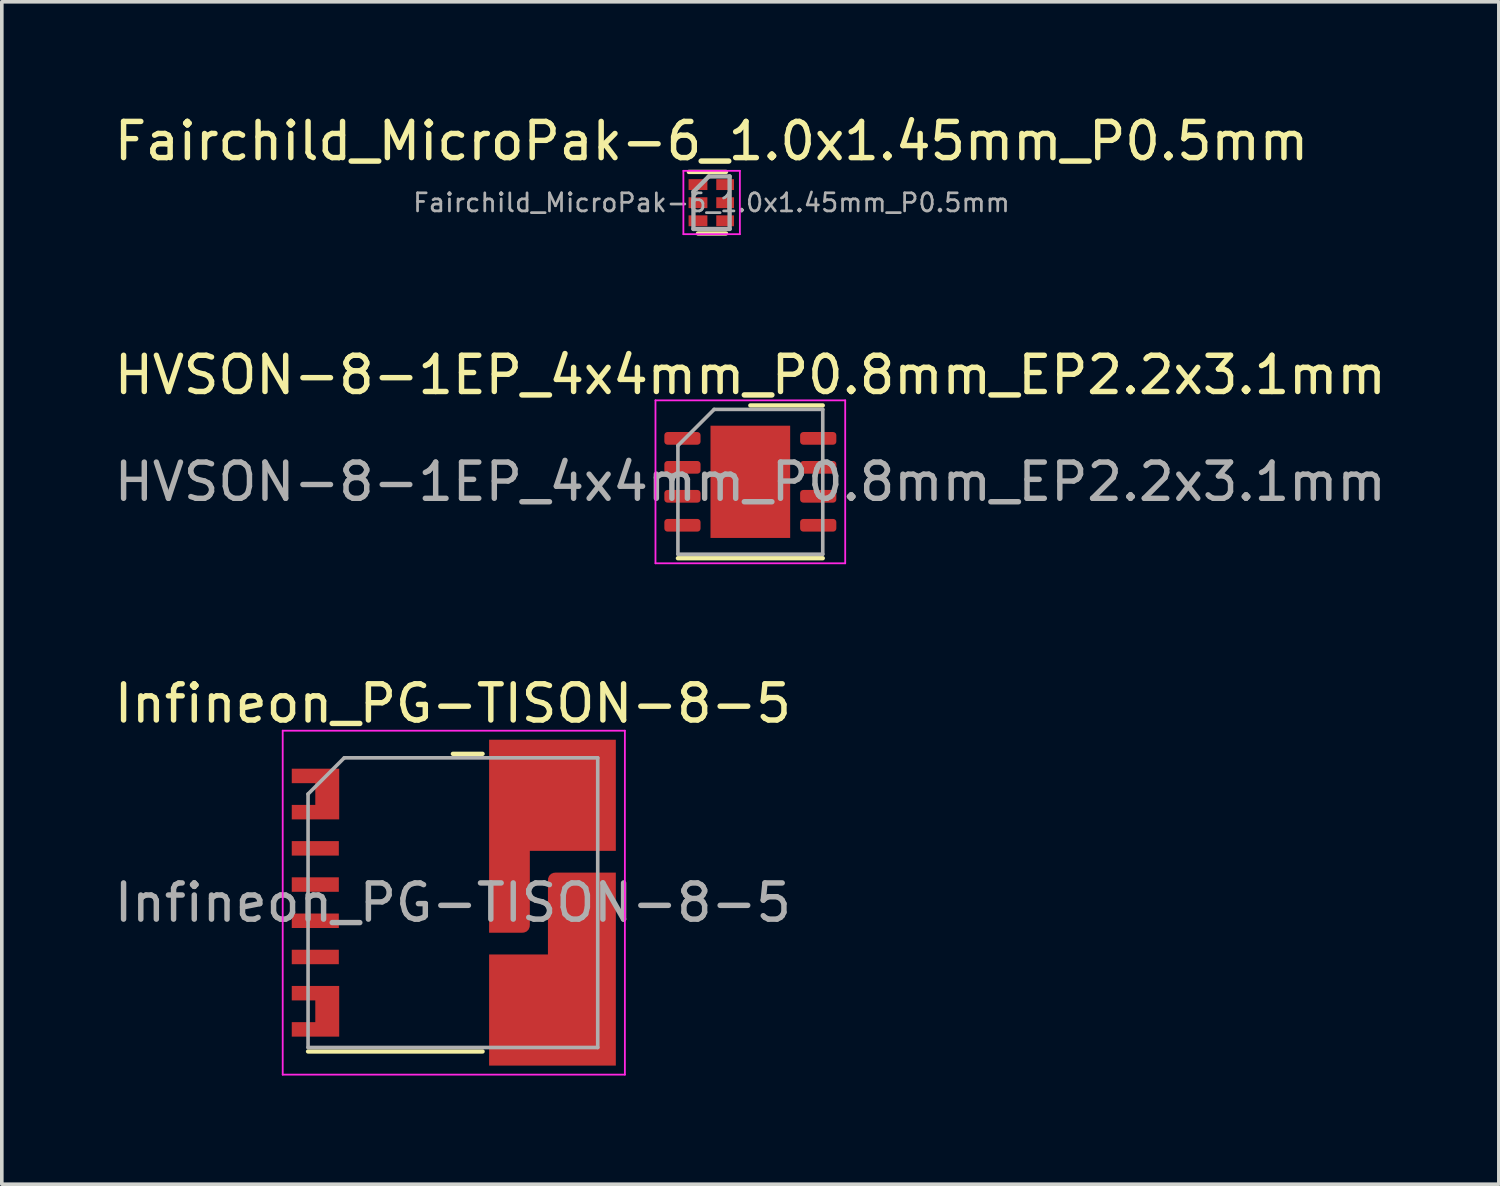
<source format=kicad_pcb>
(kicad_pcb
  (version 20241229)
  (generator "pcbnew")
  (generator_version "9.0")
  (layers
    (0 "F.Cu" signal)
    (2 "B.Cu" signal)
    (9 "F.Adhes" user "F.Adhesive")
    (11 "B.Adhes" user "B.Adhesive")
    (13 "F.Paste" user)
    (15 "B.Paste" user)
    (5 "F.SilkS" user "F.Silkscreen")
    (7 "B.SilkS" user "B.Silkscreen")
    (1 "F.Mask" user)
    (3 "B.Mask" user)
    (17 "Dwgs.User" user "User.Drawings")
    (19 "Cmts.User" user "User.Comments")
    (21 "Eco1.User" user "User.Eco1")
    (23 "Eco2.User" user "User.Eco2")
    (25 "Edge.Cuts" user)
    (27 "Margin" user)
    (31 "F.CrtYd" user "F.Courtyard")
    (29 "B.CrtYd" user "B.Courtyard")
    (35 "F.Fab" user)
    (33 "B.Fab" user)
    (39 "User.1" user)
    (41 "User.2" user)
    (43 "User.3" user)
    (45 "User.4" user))
  (footprint "HVSON-8-1EP_4x4mm_P0.8mm_EP2.2x3.1mm"
    (layer "F.Cu")
    (at 17.673 10.257)
    (property "Reference" "HVSON-8-1EP_4x4mm_P0.8mm_EP2.2x3.1mm" (at 0 -2.95 0) (layer "F.SilkS") (effects (font (size 1 1) (thickness 0.15))))
    (attr smd)
    (fp_line (start -2 2.11) (end 2 2.11) (stroke (width 0.12) (type solid)) (layer "F.SilkS"))
    (fp_line (start 0 -2.11) (end 2 -2.11) (stroke (width 0.12) (type solid)) (layer "F.SilkS"))
    (fp_line (start -2.62 -2.25) (end -2.62 2.25) (stroke (width 0.05) (type solid)) (layer "F.CrtYd"))
    (fp_line (start -2.62 2.25) (end 2.62 2.25) (stroke (width 0.05) (type solid)) (layer "F.CrtYd"))
    (fp_line (start 2.62 -2.25) (end -2.62 -2.25) (stroke (width 0.05) (type solid)) (layer "F.CrtYd"))
    (fp_line (start 2.62 2.25) (end 2.62 -2.25) (stroke (width 0.05) (type solid)) (layer "F.CrtYd"))
    (fp_line (start -2 -1) (end -1 -2) (stroke (width 0.1) (type solid)) (layer "F.Fab"))
    (fp_line (start -2 2) (end -2 -1) (stroke (width 0.1) (type solid)) (layer "F.Fab"))
    (fp_line (start -1 -2) (end 2 -2) (stroke (width 0.1) (type solid)) (layer "F.Fab"))
    (fp_line (start 2 -2) (end 2 2) (stroke (width 0.1) (type solid)) (layer "F.Fab"))
    (fp_line (start 2 2) (end -2 2) (stroke (width 0.1) (type solid)) (layer "F.Fab"))
    (fp_text user "${REFERENCE}" (at 0 0 0) (layer "F.Fab") (effects (font (size 1 1) (thickness 0.15))))
    (pad "" smd roundrect (at -0.55 -0.775) (size 0.89 1.25) (layers "F.Paste") (roundrect_rratio 0.25))
    (pad "" smd roundrect (at -0.55 0.775) (size 0.89 1.25) (layers "F.Paste") (roundrect_rratio 0.25))
    (pad "" smd roundrect (at 0.55 -0.775) (size 0.89 1.25) (layers "F.Paste") (roundrect_rratio 0.25))
    (pad "" smd roundrect (at 0.55 0.775) (size 0.89 1.25) (layers "F.Paste") (roundrect_rratio 0.25))
    (pad "1" smd roundrect (at -1.875 -1.2) (size 1 0.35) (layers "F.Cu" "F.Mask" "F.Paste") (roundrect_rratio 0.25))
    (pad "2" smd roundrect (at -1.875 -0.4) (size 1 0.35) (layers "F.Cu" "F.Mask" "F.Paste") (roundrect_rratio 0.25))
    (pad "3" smd roundrect (at -1.875 0.4) (size 1 0.35) (layers "F.Cu" "F.Mask" "F.Paste") (roundrect_rratio 0.25))
    (pad "4" smd roundrect (at -1.875 1.2) (size 1 0.35) (layers "F.Cu" "F.Mask" "F.Paste") (roundrect_rratio 0.25))
    (pad "5" smd roundrect (at 1.875 1.2) (size 1 0.35) (layers "F.Cu" "F.Mask" "F.Paste") (roundrect_rratio 0.25))
    (pad "6" smd roundrect (at 1.875 0.4) (size 1 0.35) (layers "F.Cu" "F.Mask" "F.Paste") (roundrect_rratio 0.25))
    (pad "7" smd roundrect (at 1.875 -0.4) (size 1 0.35) (layers "F.Cu" "F.Mask" "F.Paste") (roundrect_rratio 0.25))
    (pad "8" smd roundrect (at 1.875 -1.2) (size 1 0.35) (layers "F.Cu" "F.Mask" "F.Paste") (roundrect_rratio 0.25))
    (pad "9" smd rect (at 0 0) (size 2.2 3.1) (layers "F.Cu" "F.Mask")))
  (footprint "Infineon_PG-TISON-8-5"
    (layer "F.Cu")
    (at 9.458 21.88)
    (property "Reference" "Infineon_PG-TISON-8-5" (at 0 -5.5 0) (layer "F.SilkS") (effects (font (size 1 1) (thickness 0.15))))
    (attr smd)
    (fp_line (start 0.82 -4.11) (end 0 -4.11) (stroke (width 0.12) (type solid)) (layer "F.SilkS"))
    (fp_line (start 0.82 4.11) (end -4 4.11) (stroke (width 0.12) (type solid)) (layer "F.SilkS"))
    (fp_line (start -4.7 -4.75) (end 4.75 -4.75) (stroke (width 0.05) (type solid)) (layer "F.CrtYd"))
    (fp_line (start -4.7 4.75) (end -4.7 -4.75) (stroke (width 0.05) (type solid)) (layer "F.CrtYd"))
    (fp_line (start 4.75 -4.75) (end 4.75 4.75) (stroke (width 0.05) (type solid)) (layer "F.CrtYd"))
    (fp_line (start 4.75 4.75) (end -4.7 4.75) (stroke (width 0.05) (type solid)) (layer "F.CrtYd"))
    (fp_line (start -4 -3) (end -4 4) (stroke (width 0.1) (type solid)) (layer "F.Fab"))
    (fp_line (start -3 -4) (end -4 -3) (stroke (width 0.1) (type solid)) (layer "F.Fab"))
    (fp_line (start -3 -4) (end 4 -4) (stroke (width 0.1) (type solid)) (layer "F.Fab"))
    (fp_line (start 4 -4) (end 4 4) (stroke (width 0.1) (type solid)) (layer "F.Fab"))
    (fp_line (start 4 4) (end -4 4) (stroke (width 0.1) (type solid)) (layer "F.Fab"))
    (fp_text user "${REFERENCE}" (at 0 0 0) (layer "F.Fab") (effects (font (size 1 1) (thickness 0.15))))
    (pad "" smd rect (at -3.8 -3.5) (size 1.2 0.3) (layers "F.Paste"))
    (pad "" smd rect (at -3.8 -2.5) (size 1.2 0.3) (layers "F.Paste"))
    (pad "" smd rect (at -3.8 -2.5) (size 1.2 0.3) (layers "F.Paste"))
    (pad "" smd rect (at -3.8 -1.5) (size 1.2 0.3) (layers "F.Paste"))
    (pad "" smd rect (at -3.8 -0.5) (size 1.2 0.3) (layers "F.Paste"))
    (pad "" smd rect (at -3.8 0.5) (size 1.2 0.3) (layers "F.Paste"))
    (pad "" smd rect (at -3.8 1.5) (size 1.2 0.3) (layers "F.Paste"))
    (pad "" smd rect (at -3.8 2.5) (size 1.2 0.3) (layers "F.Paste"))
    (pad "" smd rect (at -3.8 3.5) (size 1.2 0.3) (layers "F.Paste"))
    (pad "" smd rect (at -3.49 -3) (size 0.5 0.4) (layers "F.Paste"))
    (pad "" smd rect (at -3.49 3) (size 0.5 0.4) (layers "F.Paste"))
    (pad "" smd rect (at 1.561 -3.638) (size 0.7 1.225) (layers "F.Paste"))
    (pad "" smd rect (at 1.561 -1.425) (size 0.7 1.6) (layers "F.Paste"))
    (pad "" smd rect (at 1.561 0.403) (size 0.7 0.455) (layers "F.Paste"))
    (pad "" smd rect (at 1.561 1.903) (size 0.7 0.545) (layers "F.Paste"))
    (pad "" smd rect (at 1.561 3.612) (size 0.7 1.275) (layers "F.Paste"))
    (pad "" smd rect (at 2.38 2.915) (size 0.537 2.57) (layers "F.Paste"))
    (pad "" smd rect (at 2.586 -2.94) (size 0.95 2.62) (layers "F.Paste"))
    (pad "" smd rect (at 3.28 -0.375) (size 0.863 0.5) (layers "F.Paste"))
    (pad "" smd rect (at 3.28 1.425) (size 0.863 1.5) (layers "F.Paste"))
    (pad "" smd rect (at 3.28 3.612) (size 0.863 1.275) (layers "F.Paste"))
    (pad "" smd rect (at 3.486 -3.638) (size 0.45 1.225) (layers "F.Paste"))
    (pad "" smd rect (at 3.486 -1.927) (size 0.45 0.595) (layers "F.Paste"))
    (pad "" smd rect (at 4.111 -2.94) (size 0.4 2.62) (layers "F.Paste"))
    (pad "" smd rect (at 4.111 0.403) (size 0.4 2.055) (layers "F.Paste"))
    (pad "" smd rect (at 4.111 2.915) (size 0.4 2.57) (layers "F.Paste"))
    (pad "1" smd custom (at -3.47 -3) (size 0.66 1.4) (layers "F.Cu" "F.Mask") (options (anchor rect)) (primitives (gr_poly (pts (xy 0.33 0.7) (xy -0.98 0.7) (xy -0.98 0.3) (xy -0.33 0.3) (xy -0.33 -0.3) (xy -0.98 -0.3) (xy -0.98 -0.7) (xy 0.33 -0.7)) (width 0) (fill yes))))
    (pad "2" smd rect (at -3.8 -1.5) (size 1.3 0.4) (layers "F.Cu" "F.Mask"))
    (pad "3" smd rect (at -3.8 -0.5) (size 1.3 0.4) (layers "F.Cu" "F.Mask"))
    (pad "4" smd rect (at -3.8 0.5) (size 1.3 0.4) (layers "F.Cu" "F.Mask"))
    (pad "5" smd rect (at -3.8 1.5) (size 1.3 0.4) (layers "F.Cu" "F.Mask"))
    (pad "6" smd custom (at -3.47 3) (size 0.66 1.4) (layers "F.Cu" "F.Mask") (options (anchor rect)) (primitives (gr_poly (pts (xy 0.33 0.7) (xy -0.98 0.7) (xy -0.98 0.3) (xy -0.33 0.3) (xy -0.33 -0.3) (xy -0.98 -0.3) (xy -0.98 -0.7) (xy 0.33 -0.7)) (width 0) (fill yes))))
    (pad "7" smd custom (at 2.75 2.965) (size 3.5 3.07) (layers "F.Cu" "F.Mask") (options (anchor rect)) (primitives (gr_poly (pts (xy 1.75 -1.535) (xy -0.125 -1.535) (xy -0.125 -3.595) (xy 0.075 -3.795) (xy 1.75 -3.795)) (width 0) (fill yes)) (gr_circle (center 0.075 -3.595) (end 0.275 -3.595) (width 0) (fill yes))))
    (pad "8" smd custom (at 2.75 -2.965) (size 3.5 3.07) (layers "F.Cu" "F.Mask") (options (anchor rect)) (primitives (gr_poly (pts (xy -0.625 3.595) (xy -0.825 3.795) (xy -1.75 3.795) (xy -1.75 1.535) (xy -0.625 1.535)) (width 0) (fill yes)) (gr_circle (center -0.825 3.595) (end -0.625 3.595) (width 0) (fill yes)))))
  (footprint "Fairchild_MicroPak-6_1.0x1.45mm_P0.5mm"
    (layer "F.Cu")
    (at 16.594 2.548)
    (property "Reference" "Fairchild_MicroPak-6_1.0x1.45mm_P0.5mm" (at 0.007 -1.7 0) (layer "F.SilkS") (effects (font (size 1 1) (thickness 0.15))))
    (attr smd)
    (fp_line (start -0.618 -0.85) (end 0.407 -0.85) (stroke (width 0.12) (type solid)) (layer "F.SilkS"))
    (fp_line (start 0.407 0.85) (end -0.367 0.85) (stroke (width 0.12) (type solid)) (layer "F.SilkS"))
    (fp_line (start -0.77 -0.88) (end -0.77 0.87) (stroke (width 0.05) (type solid)) (layer "F.CrtYd"))
    (fp_line (start -0.77 -0.88) (end 0.79 -0.88) (stroke (width 0.05) (type solid)) (layer "F.CrtYd"))
    (fp_line (start 0.79 0.87) (end -0.77 0.87) (stroke (width 0.05) (type solid)) (layer "F.CrtYd"))
    (fp_line (start 0.79 0.87) (end 0.79 -0.88) (stroke (width 0.05) (type solid)) (layer "F.CrtYd"))
    (fp_line (start -0.492 -0.3) (end -0.068 -0.725) (stroke (width 0.12) (type solid)) (layer "F.Fab"))
    (fp_line (start -0.492 0.725) (end -0.492 -0.3) (stroke (width 0.12) (type solid)) (layer "F.Fab"))
    (fp_line (start -0.068 -0.725) (end 0.507 -0.725) (stroke (width 0.12) (type solid)) (layer "F.Fab"))
    (fp_line (start 0.507 -0.725) (end 0.507 0.725) (stroke (width 0.12) (type solid)) (layer "F.Fab"))
    (fp_line (start 0.507 0.725) (end -0.492 0.725) (stroke (width 0.12) (type solid)) (layer "F.Fab"))
    (fp_text user "${REFERENCE}" (at 0.007 0 0) (layer "F.Fab") (effects (font (size 0.5 0.5) (thickness 0.075))))
    (pad "1" smd rect (at -0.367 -0.5) (size 0.52 0.3) (layers "F.Cu" "F.Mask" "F.Paste"))
    (pad "2" smd rect (at -0.367 0) (size 0.52 0.3) (layers "F.Cu" "F.Mask" "F.Paste"))
    (pad "3" smd rect (at -0.367 0.5) (size 0.52 0.3) (layers "F.Cu" "F.Mask" "F.Paste"))
    (pad "4" smd rect (at 0.383 0.5) (size 0.49 0.3) (layers "F.Cu" "F.Mask" "F.Paste"))
    (pad "5" smd rect (at 0.383 0) (size 0.49 0.3) (layers "F.Cu" "F.Mask" "F.Paste"))
    (pad "6" smd rect (at 0.383 -0.5) (size 0.49 0.3) (layers "F.Cu" "F.Mask" "F.Paste")))
  (gr_rect
    (start -3 -3)
    (end 38.345 29.655)
    (stroke (width 0.1) (type default))
    (fill no)
    (layer "Edge.Cuts")))
</source>
